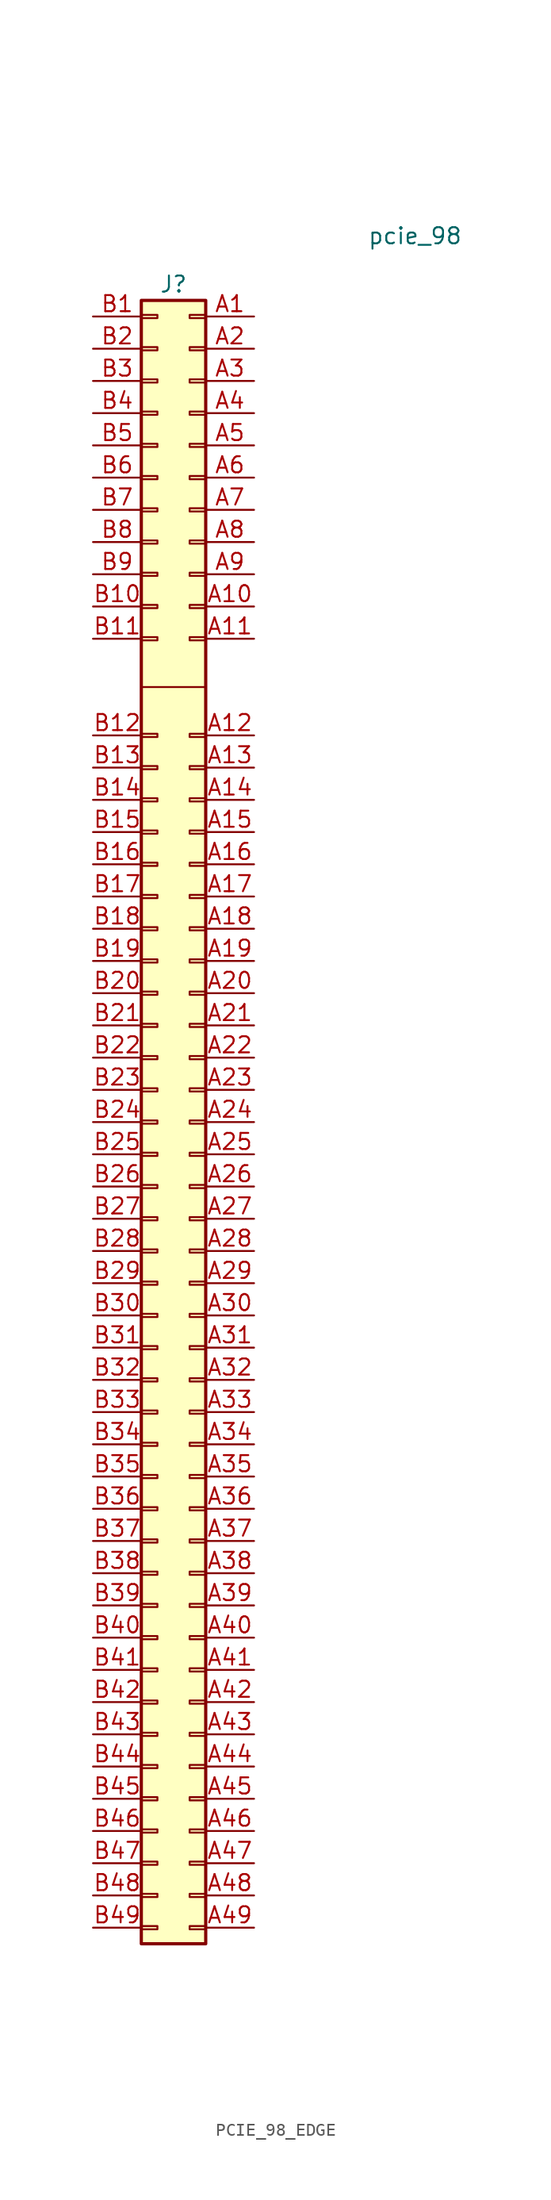
<source format=kicad_sym>
(kicad_symbol_lib
  (version 20220914)
  (generator kicad_symbol_editor)
  (symbol "PCIE_98_EDGE"
    (pin_names
      (offset 1.016) hide)
    (property "Reference" "J"
      (at 1.27 40.64 0)
      (effects (font (size 1.27 1.27))))
    (property "Value" "pcie_98"
      (at 20.32 44.45 0)
      (effects (font (size 1.27 1.27))))
    (symbol "PCIE_98_EDGE_0_1"
      (polyline (pts (xy 3.81 8.89) (xy -1.27 8.89)) (stroke (width 0) (type default)) (fill (type none))))
    (symbol "PCIE_98_EDGE_1_1"
      (rectangle (start -1.27 -89.027) (end 0 -88.773) (stroke (width 0.152) (type default)) (fill (type none)))
      (rectangle (start -1.27 -86.487) (end 0 -86.233) (stroke (width 0.152) (type default)) (fill (type none)))
      (rectangle (start -1.27 -83.947) (end 0 -83.693) (stroke (width 0.152) (type default)) (fill (type none)))
      (rectangle (start -1.27 -81.407) (end 0 -81.153) (stroke (width 0.152) (type default)) (fill (type none)))
      (rectangle (start -1.27 -78.867) (end 0 -78.613) (stroke (width 0.152) (type default)) (fill (type none)))
      (rectangle (start -1.27 -76.327) (end 0 -76.073) (stroke (width 0.152) (type default)) (fill (type none)))
      (rectangle (start -1.27 -73.787) (end 0 -73.533) (stroke (width 0.152) (type default)) (fill (type none)))
      (rectangle (start -1.27 -71.247) (end 0 -70.993) (stroke (width 0.152) (type default)) (fill (type none)))
      (rectangle (start -1.27 -68.707) (end 0 -68.453) (stroke (width 0.152) (type default)) (fill (type none)))
      (rectangle (start -1.27 -66.167) (end 0 -65.913) (stroke (width 0.152) (type default)) (fill (type none)))
      (rectangle (start -1.27 -63.627) (end 0 -63.373) (stroke (width 0.152) (type default)) (fill (type none)))
      (rectangle (start -1.27 -61.087) (end 0 -60.833) (stroke (width 0.152) (type default)) (fill (type none)))
      (rectangle (start -1.27 -58.547) (end 0 -58.293) (stroke (width 0.152) (type default)) (fill (type none)))
      (rectangle (start -1.27 -56.007) (end 0 -55.753) (stroke (width 0.152) (type default)) (fill (type none)))
      (rectangle (start -1.27 -53.467) (end 0 -53.213) (stroke (width 0.152) (type default)) (fill (type none)))
      (rectangle (start -1.27 -50.927) (end 0 -50.673) (stroke (width 0.152) (type default)) (fill (type none)))
      (rectangle (start -1.27 -48.387) (end 0 -48.133) (stroke (width 0.152) (type default)) (fill (type none)))
      (rectangle (start -1.27 -17.653) (end 0 -17.907) (stroke (width 0.152) (type default)) (fill (type none)))
      (rectangle (start -1.27 -15.113) (end 0 -15.367) (stroke (width 0.152) (type default)) (fill (type none)))
      (rectangle (start -1.27 -12.573) (end 0 -12.827) (stroke (width 0.152) (type default)) (fill (type none)))
      (rectangle (start -1.27 5.207) (end 0 4.953) (stroke (width 0.152) (type default)) (fill (type none)))
      (rectangle (start -1.27 12.827) (end 0 12.573) (stroke (width 0.152) (type default)) (fill (type none)))
      (rectangle (start -1.27 38.227) (end 0 37.973) (stroke (width 0.152) (type default)) (fill (type none)))
      (rectangle (start -1.27 39.37) (end 3.81 -90.17) (stroke (width 0.254) (type default)) (fill (type background)))
      (rectangle (start 0 -45.847) (end -1.27 -45.593) (stroke (width 0.152) (type default)) (fill (type none)))
      (rectangle (start 0 -43.307) (end -1.27 -43.053) (stroke (width 0.152) (type default)) (fill (type none)))
      (rectangle (start 0 -40.767) (end -1.27 -40.513) (stroke (width 0.152) (type default)) (fill (type none)))
      (rectangle (start 0 -38.227) (end -1.27 -37.973) (stroke (width 0.152) (type default)) (fill (type none)))
      (rectangle (start 0 -35.687) (end -1.27 -35.433) (stroke (width 0.152) (type default)) (fill (type none)))
      (rectangle (start 0 -33.147) (end -1.27 -32.893) (stroke (width 0.152) (type default)) (fill (type none)))
      (rectangle (start 0 -30.607) (end -1.27 -30.353) (stroke (width 0.152) (type default)) (fill (type none)))
      (rectangle (start 0 -28.067) (end -1.27 -27.813) (stroke (width 0.152) (type default)) (fill (type none)))
      (rectangle (start 0 -25.527) (end -1.27 -25.273) (stroke (width 0.152) (type default)) (fill (type none)))
      (rectangle (start 0 -22.987) (end -1.27 -22.733) (stroke (width 0.152) (type default)) (fill (type none)))
      (rectangle (start 0 -20.447) (end -1.27 -20.193) (stroke (width 0.152) (type default)) (fill (type none)))
      (rectangle (start 0 -10.287) (end -1.27 -10.033) (stroke (width 0.152) (type default)) (fill (type none)))
      (rectangle (start 0 -7.747) (end -1.27 -7.493) (stroke (width 0.152) (type default)) (fill (type none)))
      (rectangle (start 0 -5.207) (end -1.27 -4.953) (stroke (width 0.152) (type default)) (fill (type none)))
      (rectangle (start 0 -2.667) (end -1.27 -2.413) (stroke (width 0.152) (type default)) (fill (type none)))
      (rectangle (start 0 -0.127) (end -1.27 0.127) (stroke (width 0.152) (type default)) (fill (type none)))
      (rectangle (start 0 2.413) (end -1.27 2.667) (stroke (width 0.152) (type default)) (fill (type none)))
      (rectangle (start 0 15.113) (end -1.27 15.367) (stroke (width 0.152) (type default)) (fill (type none)))
      (rectangle (start 0 17.653) (end -1.27 17.907) (stroke (width 0.152) (type default)) (fill (type none)))
      (rectangle (start 0 20.193) (end -1.27 20.447) (stroke (width 0.152) (type default)) (fill (type none)))
      (rectangle (start 0 22.733) (end -1.27 22.987) (stroke (width 0.152) (type default)) (fill (type none)))
      (rectangle (start 0 25.273) (end -1.27 25.527) (stroke (width 0.152) (type default)) (fill (type none)))
      (rectangle (start 0 27.813) (end -1.27 28.067) (stroke (width 0.152) (type default)) (fill (type none)))
      (rectangle (start 0 30.353) (end -1.27 30.607) (stroke (width 0.152) (type default)) (fill (type none)))
      (rectangle (start 0 32.893) (end -1.27 33.147) (stroke (width 0.152) (type default)) (fill (type none)))
      (rectangle (start 0 35.433) (end -1.27 35.687) (stroke (width 0.152) (type default)) (fill (type none)))
      (rectangle (start 2.54 -89.027) (end 3.81 -88.773) (stroke (width 0.152) (type default)) (fill (type none)))
      (rectangle (start 2.54 -86.487) (end 3.81 -86.233) (stroke (width 0.152) (type default)) (fill (type none)))
      (rectangle (start 2.54 -83.947) (end 3.81 -83.693) (stroke (width 0.152) (type default)) (fill (type none)))
      (rectangle (start 2.54 -81.407) (end 3.81 -81.153) (stroke (width 0.152) (type default)) (fill (type none)))
      (rectangle (start 2.54 -78.867) (end 3.81 -78.613) (stroke (width 0.152) (type default)) (fill (type none)))
      (rectangle (start 2.54 -76.327) (end 3.81 -76.073) (stroke (width 0.152) (type default)) (fill (type none)))
      (rectangle (start 2.54 -73.787) (end 3.81 -73.533) (stroke (width 0.152) (type default)) (fill (type none)))
      (rectangle (start 2.54 -71.247) (end 3.81 -70.993) (stroke (width 0.152) (type default)) (fill (type none)))
      (rectangle (start 2.54 -68.707) (end 3.81 -68.453) (stroke (width 0.152) (type default)) (fill (type none)))
      (rectangle (start 2.54 -66.167) (end 3.81 -65.913) (stroke (width 0.152) (type default)) (fill (type none)))
      (rectangle (start 2.54 -63.627) (end 3.81 -63.373) (stroke (width 0.152) (type default)) (fill (type none)))
      (rectangle (start 2.54 -61.087) (end 3.81 -60.833) (stroke (width 0.152) (type default)) (fill (type none)))
      (rectangle (start 2.54 -58.547) (end 3.81 -58.293) (stroke (width 0.152) (type default)) (fill (type none)))
      (rectangle (start 2.54 -56.007) (end 3.81 -55.753) (stroke (width 0.152) (type default)) (fill (type none)))
      (rectangle (start 2.54 -53.467) (end 3.81 -53.213) (stroke (width 0.152) (type default)) (fill (type none)))
      (rectangle (start 2.54 -50.927) (end 3.81 -50.673) (stroke (width 0.152) (type default)) (fill (type none)))
      (rectangle (start 2.54 -48.387) (end 3.81 -48.133) (stroke (width 0.152) (type default)) (fill (type none)))
      (rectangle (start 2.54 -45.847) (end 3.81 -45.593) (stroke (width 0.152) (type default)) (fill (type none)))
      (rectangle (start 2.54 -43.307) (end 3.81 -43.053) (stroke (width 0.152) (type default)) (fill (type none)))
      (rectangle (start 2.54 -40.767) (end 3.81 -40.513) (stroke (width 0.152) (type default)) (fill (type none)))
      (rectangle (start 2.54 -38.227) (end 3.81 -37.973) (stroke (width 0.152) (type default)) (fill (type none)))
      (rectangle (start 2.54 -35.687) (end 3.81 -35.433) (stroke (width 0.152) (type default)) (fill (type none)))
      (rectangle (start 2.54 -33.147) (end 3.81 -32.893) (stroke (width 0.152) (type default)) (fill (type none)))
      (rectangle (start 2.54 -30.607) (end 3.81 -30.353) (stroke (width 0.152) (type default)) (fill (type none)))
      (rectangle (start 2.54 -28.067) (end 3.81 -27.813) (stroke (width 0.152) (type default)) (fill (type none)))
      (rectangle (start 2.54 -25.527) (end 3.81 -25.273) (stroke (width 0.152) (type default)) (fill (type none)))
      (rectangle (start 2.54 -22.987) (end 3.81 -22.733) (stroke (width 0.152) (type default)) (fill (type none)))
      (rectangle (start 2.54 -20.447) (end 3.81 -20.193) (stroke (width 0.152) (type default)) (fill (type none)))
      (rectangle (start 2.54 -17.653) (end 3.81 -17.907) (stroke (width 0.152) (type default)) (fill (type none)))
      (rectangle (start 2.54 -15.367) (end 3.81 -15.113) (stroke (width 0.152) (type default)) (fill (type none)))
      (rectangle (start 2.54 -12.827) (end 3.81 -12.573) (stroke (width 0.152) (type default)) (fill (type none)))
      (rectangle (start 2.54 -10.287) (end 3.81 -10.033) (stroke (width 0.152) (type default)) (fill (type none)))
      (rectangle (start 2.54 -7.493) (end 3.81 -7.747) (stroke (width 0.152) (type default)) (fill (type none)))
      (rectangle (start 2.54 -5.207) (end 3.81 -4.953) (stroke (width 0.152) (type default)) (fill (type none)))
      (rectangle (start 2.54 -2.667) (end 3.81 -2.413) (stroke (width 0.152) (type default)) (fill (type none)))
      (rectangle (start 2.54 -0.127) (end 3.81 0.127) (stroke (width 0.152) (type default)) (fill (type none)))
      (rectangle (start 2.54 2.413) (end 3.81 2.667) (stroke (width 0.152) (type default)) (fill (type none)))
      (rectangle (start 2.54 5.207) (end 3.81 4.953) (stroke (width 0.152) (type default)) (fill (type none)))
      (rectangle (start 2.54 12.573) (end 3.81 12.827) (stroke (width 0.152) (type default)) (fill (type none)))
      (rectangle (start 2.54 15.113) (end 3.81 15.367) (stroke (width 0.152) (type default)) (fill (type none)))
      (rectangle (start 2.54 17.653) (end 3.81 17.907) (stroke (width 0.152) (type default)) (fill (type none)))
      (rectangle (start 2.54 20.193) (end 3.81 20.447) (stroke (width 0.152) (type default)) (fill (type none)))
      (rectangle (start 2.54 22.733) (end 3.81 22.987) (stroke (width 0.152) (type default)) (fill (type none)))
      (rectangle (start 2.54 25.273) (end 3.81 25.527) (stroke (width 0.152) (type default)) (fill (type none)))
      (rectangle (start 2.54 27.813) (end 3.81 28.067) (stroke (width 0.152) (type default)) (fill (type none)))
      (rectangle (start 2.54 30.353) (end 3.81 30.607) (stroke (width 0.152) (type default)) (fill (type none)))
      (rectangle (start 2.54 32.893) (end 3.81 33.147) (stroke (width 0.152) (type default)) (fill (type none)))
      (rectangle (start 2.54 35.433) (end 3.81 35.687) (stroke (width 0.152) (type default)) (fill (type none)))
      (rectangle (start 2.54 38.227) (end 3.81 37.973) (stroke (width 0.152) (type default)) (fill (type none)))
      (pin passive line (at 7.62 38.1 180) (length 3.81) (name "Pin_a1" (effects (font (size 1.27 1.27)))) (number "A1" (effects (font (size 1.27 1.27)))))
      (pin passive line (at 7.62 15.24 180) (length 3.81) (name "Pin_a10" (effects (font (size 1.27 1.27)))) (number "A10" (effects (font (size 1.27 1.27)))))
      (pin passive line (at 7.62 12.7 180) (length 3.81) (name "Pin_A11" (effects (font (size 1.27 1.27)))) (number "A11" (effects (font (size 1.27 1.27)))))
      (pin passive line (at 7.62 5.08 180) (length 3.81) (name "Pin_a12" (effects (font (size 1.27 1.27)))) (number "A12" (effects (font (size 1.27 1.27)))))
      (pin passive line (at 7.62 2.54 180) (length 3.81) (name "Pin_a13" (effects (font (size 1.27 1.27)))) (number "A13" (effects (font (size 1.27 1.27)))))
      (pin passive line (at 7.62 0 180) (length 3.81) (name "Pin_a14" (effects (font (size 1.27 1.27)))) (number "A14" (effects (font (size 1.27 1.27)))))
      (pin passive line (at 7.62 -2.54 180) (length 3.81) (name "Pin_a15" (effects (font (size 1.27 1.27)))) (number "A15" (effects (font (size 1.27 1.27)))))
      (pin passive line (at 7.62 -5.08 180) (length 3.81) (name "Pin_a16" (effects (font (size 1.27 1.27)))) (number "A16" (effects (font (size 1.27 1.27)))))
      (pin passive line (at 7.62 -7.62 180) (length 3.81) (name "Pin_a17" (effects (font (size 1.27 1.27)))) (number "A17" (effects (font (size 1.27 1.27)))))
      (pin passive line (at 7.62 -10.16 180) (length 3.81) (name "Pin_a18" (effects (font (size 1.27 1.27)))) (number "A18" (effects (font (size 1.27 1.27)))))
      (pin passive line (at 7.62 -12.7 180) (length 3.81) (name "Pin_a19" (effects (font (size 1.27 1.27)))) (number "A19" (effects (font (size 1.27 1.27)))))
      (pin passive line (at 7.62 35.56 180) (length 3.81) (name "Pin_a2" (effects (font (size 1.27 1.27)))) (number "A2" (effects (font (size 1.27 1.27)))))
      (pin passive line (at 7.62 -15.24 180) (length 3.81) (name "Pin_a20" (effects (font (size 1.27 1.27)))) (number "A20" (effects (font (size 1.27 1.27)))))
      (pin passive line (at 7.62 -17.78 180) (length 3.81) (name "Pin_a21" (effects (font (size 1.27 1.27)))) (number "A21" (effects (font (size 1.27 1.27)))))
      (pin passive line (at 7.62 -20.32 180) (length 3.81) (name "Pin_a22" (effects (font (size 1.27 1.27)))) (number "A22" (effects (font (size 1.27 1.27)))))
      (pin passive line (at 7.62 -22.86 180) (length 3.81) (name "Pin_a23" (effects (font (size 1.27 1.27)))) (number "A23" (effects (font (size 1.27 1.27)))))
      (pin passive line (at 7.62 -25.4 180) (length 3.81) (name "Pin_a24" (effects (font (size 1.27 1.27)))) (number "A24" (effects (font (size 1.27 1.27)))))
      (pin passive line (at 7.62 -27.94 180) (length 3.81) (name "Pin_a25" (effects (font (size 1.27 1.27)))) (number "A25" (effects (font (size 1.27 1.27)))))
      (pin passive line (at 7.62 -30.48 180) (length 3.81) (name "Pin_a26" (effects (font (size 1.27 1.27)))) (number "A26" (effects (font (size 1.27 1.27)))))
      (pin passive line (at 7.62 -33.02 180) (length 3.81) (name "Pin_a27" (effects (font (size 1.27 1.27)))) (number "A27" (effects (font (size 1.27 1.27)))))
      (pin passive line (at 7.62 -35.56 180) (length 3.81) (name "Pin_a28" (effects (font (size 1.27 1.27)))) (number "A28" (effects (font (size 1.27 1.27)))))
      (pin passive line (at 7.62 -38.1 180) (length 3.81) (name "Pin_a29" (effects (font (size 1.27 1.27)))) (number "A29" (effects (font (size 1.27 1.27)))))
      (pin passive line (at 7.62 33.02 180) (length 3.81) (name "Pin_a3" (effects (font (size 1.27 1.27)))) (number "A3" (effects (font (size 1.27 1.27)))))
      (pin passive line (at 7.62 -40.64 180) (length 3.81) (name "Pin_a30" (effects (font (size 1.27 1.27)))) (number "A30" (effects (font (size 1.27 1.27)))))
      (pin passive line (at 7.62 -43.18 180) (length 3.81) (name "Pin_a31" (effects (font (size 1.27 1.27)))) (number "A31" (effects (font (size 1.27 1.27)))))
      (pin passive line (at 7.62 -45.72 180) (length 3.81) (name "Pin_a32" (effects (font (size 1.27 1.27)))) (number "A32" (effects (font (size 1.27 1.27)))))
      (pin passive line (at 7.62 -48.26 180) (length 3.81) (name "Pin_a33" (effects (font (size 1.27 1.27)))) (number "A33" (effects (font (size 1.27 1.27)))))
      (pin passive line (at 7.62 -50.8 180) (length 3.81) (name "Pin_a34" (effects (font (size 1.27 1.27)))) (number "A34" (effects (font (size 1.27 1.27)))))
      (pin passive line (at 7.62 -53.34 180) (length 3.81) (name "Pin_a35" (effects (font (size 1.27 1.27)))) (number "A35" (effects (font (size 1.27 1.27)))))
      (pin passive line (at 7.62 -55.88 180) (length 3.81) (name "Pin_a36" (effects (font (size 1.27 1.27)))) (number "A36" (effects (font (size 1.27 1.27)))))
      (pin passive line (at 7.62 -58.42 180) (length 3.81) (name "Pin_a37" (effects (font (size 1.27 1.27)))) (number "A37" (effects (font (size 1.27 1.27)))))
      (pin passive line (at 7.62 -60.96 180) (length 3.81) (name "Pin_a38" (effects (font (size 1.27 1.27)))) (number "A38" (effects (font (size 1.27 1.27)))))
      (pin passive line (at 7.62 -63.5 180) (length 3.81) (name "Pin_a39" (effects (font (size 1.27 1.27)))) (number "A39" (effects (font (size 1.27 1.27)))))
      (pin passive line (at 7.62 30.48 180) (length 3.81) (name "Pin_a4" (effects (font (size 1.27 1.27)))) (number "A4" (effects (font (size 1.27 1.27)))))
      (pin passive line (at 7.62 -66.04 180) (length 3.81) (name "Pin_a40" (effects (font (size 1.27 1.27)))) (number "A40" (effects (font (size 1.27 1.27)))))
      (pin passive line (at 7.62 -68.58 180) (length 3.81) (name "Pin_a41" (effects (font (size 1.27 1.27)))) (number "A41" (effects (font (size 1.27 1.27)))))
      (pin passive line (at 7.62 -71.12 180) (length 3.81) (name "Pin_a42" (effects (font (size 1.27 1.27)))) (number "A42" (effects (font (size 1.27 1.27)))))
      (pin passive line (at 7.62 -73.66 180) (length 3.81) (name "Pin_a43" (effects (font (size 1.27 1.27)))) (number "A43" (effects (font (size 1.27 1.27)))))
      (pin passive line (at 7.62 -76.2 180) (length 3.81) (name "Pin_a44" (effects (font (size 1.27 1.27)))) (number "A44" (effects (font (size 1.27 1.27)))))
      (pin passive line (at 7.62 -78.74 180) (length 3.81) (name "Pin_a45" (effects (font (size 1.27 1.27)))) (number "A45" (effects (font (size 1.27 1.27)))))
      (pin passive line (at 7.62 -81.28 180) (length 3.81) (name "Pin_a46" (effects (font (size 1.27 1.27)))) (number "A46" (effects (font (size 1.27 1.27)))))
      (pin passive line (at 7.62 -83.82 180) (length 3.81) (name "Pin_a47" (effects (font (size 1.27 1.27)))) (number "A47" (effects (font (size 1.27 1.27)))))
      (pin passive line (at 7.62 -86.36 180) (length 3.81) (name "Pin_a48" (effects (font (size 1.27 1.27)))) (number "A48" (effects (font (size 1.27 1.27)))))
      (pin passive line (at 7.62 -88.9 180) (length 3.81) (name "Pin_a49" (effects (font (size 1.27 1.27)))) (number "A49" (effects (font (size 1.27 1.27)))))
      (pin passive line (at 7.62 27.94 180) (length 3.81) (name "Pin_a5" (effects (font (size 1.27 1.27)))) (number "A5" (effects (font (size 1.27 1.27)))))
      (pin passive line (at 7.62 25.4 180) (length 3.81) (name "Pin_a6" (effects (font (size 1.27 1.27)))) (number "A6" (effects (font (size 1.27 1.27)))))
      (pin passive line (at 7.62 22.86 180) (length 3.81) (name "Pin_a7" (effects (font (size 1.27 1.27)))) (number "A7" (effects (font (size 1.27 1.27)))))
      (pin passive line (at 7.62 20.32 180) (length 3.81) (name "Pin_a8" (effects (font (size 1.27 1.27)))) (number "A8" (effects (font (size 1.27 1.27)))))
      (pin passive line (at 7.62 17.78 180) (length 3.81) (name "Pin_a9" (effects (font (size 1.27 1.27)))) (number "A9" (effects (font (size 1.27 1.27)))))
      (pin passive line (at -5.08 38.1 0) (length 3.81) (name "Pin_b1" (effects (font (size 1.27 1.27)))) (number "B1" (effects (font (size 1.27 1.27)))))
      (pin passive line (at -5.08 15.24 0) (length 3.81) (name "Pin_b10" (effects (font (size 1.27 1.27)))) (number "B10" (effects (font (size 1.27 1.27)))))
      (pin passive line (at -5.08 12.7 0) (length 3.81) (name "Pin_b11" (effects (font (size 1.27 1.27)))) (number "B11" (effects (font (size 1.27 1.27)))))
      (pin passive line (at -5.08 5.08 0) (length 3.81) (name "Pin_b12" (effects (font (size 1.27 1.27)))) (number "B12" (effects (font (size 1.27 1.27)))))
      (pin passive line (at -5.08 2.54 0) (length 3.81) (name "Pin_b13" (effects (font (size 1.27 1.27)))) (number "B13" (effects (font (size 1.27 1.27)))))
      (pin passive line (at -5.08 0 0) (length 3.81) (name "Pin_b14" (effects (font (size 1.27 1.27)))) (number "B14" (effects (font (size 1.27 1.27)))))
      (pin passive line (at -5.08 -2.54 0) (length 3.81) (name "Pin_b15" (effects (font (size 1.27 1.27)))) (number "B15" (effects (font (size 1.27 1.27)))))
      (pin passive line (at -5.08 -5.08 0) (length 3.81) (name "Pin_b16" (effects (font (size 1.27 1.27)))) (number "B16" (effects (font (size 1.27 1.27)))))
      (pin passive line (at -5.08 -7.62 0) (length 3.81) (name "Pin_b17" (effects (font (size 1.27 1.27)))) (number "B17" (effects (font (size 1.27 1.27)))))
      (pin passive line (at -5.08 -10.16 0) (length 3.81) (name "Pin_b18" (effects (font (size 1.27 1.27)))) (number "B18" (effects (font (size 1.27 1.27)))))
      (pin passive line (at -5.08 -12.7 0) (length 3.81) (name "Pin_b19" (effects (font (size 1.27 1.27)))) (number "B19" (effects (font (size 1.27 1.27)))))
      (pin passive line (at -5.08 35.56 0) (length 3.81) (name "Pin_b2" (effects (font (size 1.27 1.27)))) (number "B2" (effects (font (size 1.27 1.27)))))
      (pin passive line (at -5.08 -15.24 0) (length 3.81) (name "Pin_b20" (effects (font (size 1.27 1.27)))) (number "B20" (effects (font (size 1.27 1.27)))))
      (pin passive line (at -5.08 -17.78 0) (length 3.81) (name "Pin_b21" (effects (font (size 1.27 1.27)))) (number "B21" (effects (font (size 1.27 1.27)))))
      (pin passive line (at -5.08 -20.32 0) (length 3.81) (name "Pin_b22" (effects (font (size 1.27 1.27)))) (number "B22" (effects (font (size 1.27 1.27)))))
      (pin passive line (at -5.08 -22.86 0) (length 3.81) (name "Pin_b23" (effects (font (size 1.27 1.27)))) (number "B23" (effects (font (size 1.27 1.27)))))
      (pin passive line (at -5.08 -25.4 0) (length 3.81) (name "Pin_b24" (effects (font (size 1.27 1.27)))) (number "B24" (effects (font (size 1.27 1.27)))))
      (pin passive line (at -5.08 -27.94 0) (length 3.81) (name "Pin_b25" (effects (font (size 1.27 1.27)))) (number "B25" (effects (font (size 1.27 1.27)))))
      (pin passive line (at -5.08 -30.48 0) (length 3.81) (name "Pin_b26" (effects (font (size 1.27 1.27)))) (number "B26" (effects (font (size 1.27 1.27)))))
      (pin passive line (at -5.08 -33.02 0) (length 3.81) (name "Pin_b27" (effects (font (size 1.27 1.27)))) (number "B27" (effects (font (size 1.27 1.27)))))
      (pin passive line (at -5.08 -35.56 0) (length 3.81) (name "Pin_b28" (effects (font (size 1.27 1.27)))) (number "B28" (effects (font (size 1.27 1.27)))))
      (pin passive line (at -5.08 -38.1 0) (length 3.81) (name "Pin_b29" (effects (font (size 1.27 1.27)))) (number "B29" (effects (font (size 1.27 1.27)))))
      (pin passive line (at -5.08 33.02 0) (length 3.81) (name "Pin_b3" (effects (font (size 1.27 1.27)))) (number "B3" (effects (font (size 1.27 1.27)))))
      (pin passive line (at -5.08 -40.64 0) (length 3.81) (name "Pin_b30" (effects (font (size 1.27 1.27)))) (number "B30" (effects (font (size 1.27 1.27)))))
      (pin passive line (at -5.08 -43.18 0) (length 3.81) (name "Pin_b31" (effects (font (size 1.27 1.27)))) (number "B31" (effects (font (size 1.27 1.27)))))
      (pin passive line (at -5.08 -45.72 0) (length 3.81) (name "Pin_b32" (effects (font (size 1.27 1.27)))) (number "B32" (effects (font (size 1.27 1.27)))))
      (pin passive line (at -5.08 -48.26 0) (length 3.81) (name "Pin_b33" (effects (font (size 1.27 1.27)))) (number "B33" (effects (font (size 1.27 1.27)))))
      (pin passive line (at -5.08 -50.8 0) (length 3.81) (name "Pin_b34" (effects (font (size 1.27 1.27)))) (number "B34" (effects (font (size 1.27 1.27)))))
      (pin passive line (at -5.08 -53.34 0) (length 3.81) (name "Pin_b35" (effects (font (size 1.27 1.27)))) (number "B35" (effects (font (size 1.27 1.27)))))
      (pin passive line (at -5.08 -55.88 0) (length 3.81) (name "Pin_b36" (effects (font (size 1.27 1.27)))) (number "B36" (effects (font (size 1.27 1.27)))))
      (pin passive line (at -5.08 -58.42 0) (length 3.81) (name "Pin_b37" (effects (font (size 1.27 1.27)))) (number "B37" (effects (font (size 1.27 1.27)))))
      (pin passive line (at -5.08 -60.96 0) (length 3.81) (name "Pin_b38" (effects (font (size 1.27 1.27)))) (number "B38" (effects (font (size 1.27 1.27)))))
      (pin passive line (at -5.08 -63.5 0) (length 3.81) (name "Pin_b39" (effects (font (size 1.27 1.27)))) (number "B39" (effects (font (size 1.27 1.27)))))
      (pin passive line (at -5.08 30.48 0) (length 3.81) (name "Pin_b4" (effects (font (size 1.27 1.27)))) (number "B4" (effects (font (size 1.27 1.27)))))
      (pin passive line (at -5.08 -66.04 0) (length 3.81) (name "Pin_b40" (effects (font (size 1.27 1.27)))) (number "B40" (effects (font (size 1.27 1.27)))))
      (pin passive line (at -5.08 -68.58 0) (length 3.81) (name "Pin_b41" (effects (font (size 1.27 1.27)))) (number "B41" (effects (font (size 1.27 1.27)))))
      (pin passive line (at -5.08 -71.12 0) (length 3.81) (name "Pin_b42" (effects (font (size 1.27 1.27)))) (number "B42" (effects (font (size 1.27 1.27)))))
      (pin passive line (at -5.08 -73.66 0) (length 3.81) (name "Pin_b43" (effects (font (size 1.27 1.27)))) (number "B43" (effects (font (size 1.27 1.27)))))
      (pin passive line (at -5.08 -76.2 0) (length 3.81) (name "Pin_b44" (effects (font (size 1.27 1.27)))) (number "B44" (effects (font (size 1.27 1.27)))))
      (pin passive line (at -5.08 -78.74 0) (length 3.81) (name "Pin_b45" (effects (font (size 1.27 1.27)))) (number "B45" (effects (font (size 1.27 1.27)))))
      (pin passive line (at -5.08 -81.28 0) (length 3.81) (name "Pin_46" (effects (font (size 1.27 1.27)))) (number "B46" (effects (font (size 1.27 1.27)))))
      (pin passive line (at -5.08 -83.82 0) (length 3.81) (name "Pin_b47" (effects (font (size 1.27 1.27)))) (number "B47" (effects (font (size 1.27 1.27)))))
      (pin passive line (at -5.08 -86.36 0) (length 3.81) (name "Pin_b48" (effects (font (size 1.27 1.27)))) (number "B48" (effects (font (size 1.27 1.27)))))
      (pin passive line (at -5.08 -88.9 0) (length 3.81) (name "Pin_b49" (effects (font (size 1.27 1.27)))) (number "B49" (effects (font (size 1.27 1.27)))))
      (pin passive line (at -5.08 27.94 0) (length 3.81) (name "Pin_b5" (effects (font (size 1.27 1.27)))) (number "B5" (effects (font (size 1.27 1.27)))))
      (pin passive line (at -5.08 25.4 0) (length 3.81) (name "Pin_b6" (effects (font (size 1.27 1.27)))) (number "B6" (effects (font (size 1.27 1.27)))))
      (pin passive line (at -5.08 22.86 0) (length 3.81) (name "Pin_b7" (effects (font (size 1.27 1.27)))) (number "B7" (effects (font (size 1.27 1.27)))))
      (pin passive line (at -5.08 20.32 0) (length 3.81) (name "Pin_b8" (effects (font (size 1.27 1.27)))) (number "B8" (effects (font (size 1.27 1.27)))))
      (pin passive line (at -5.08 17.78 0) (length 3.81) (name "Pin_b9" (effects (font (size 1.27 1.27)))) (number "B9" (effects (font (size 1.27 1.27))))))))
</source>
